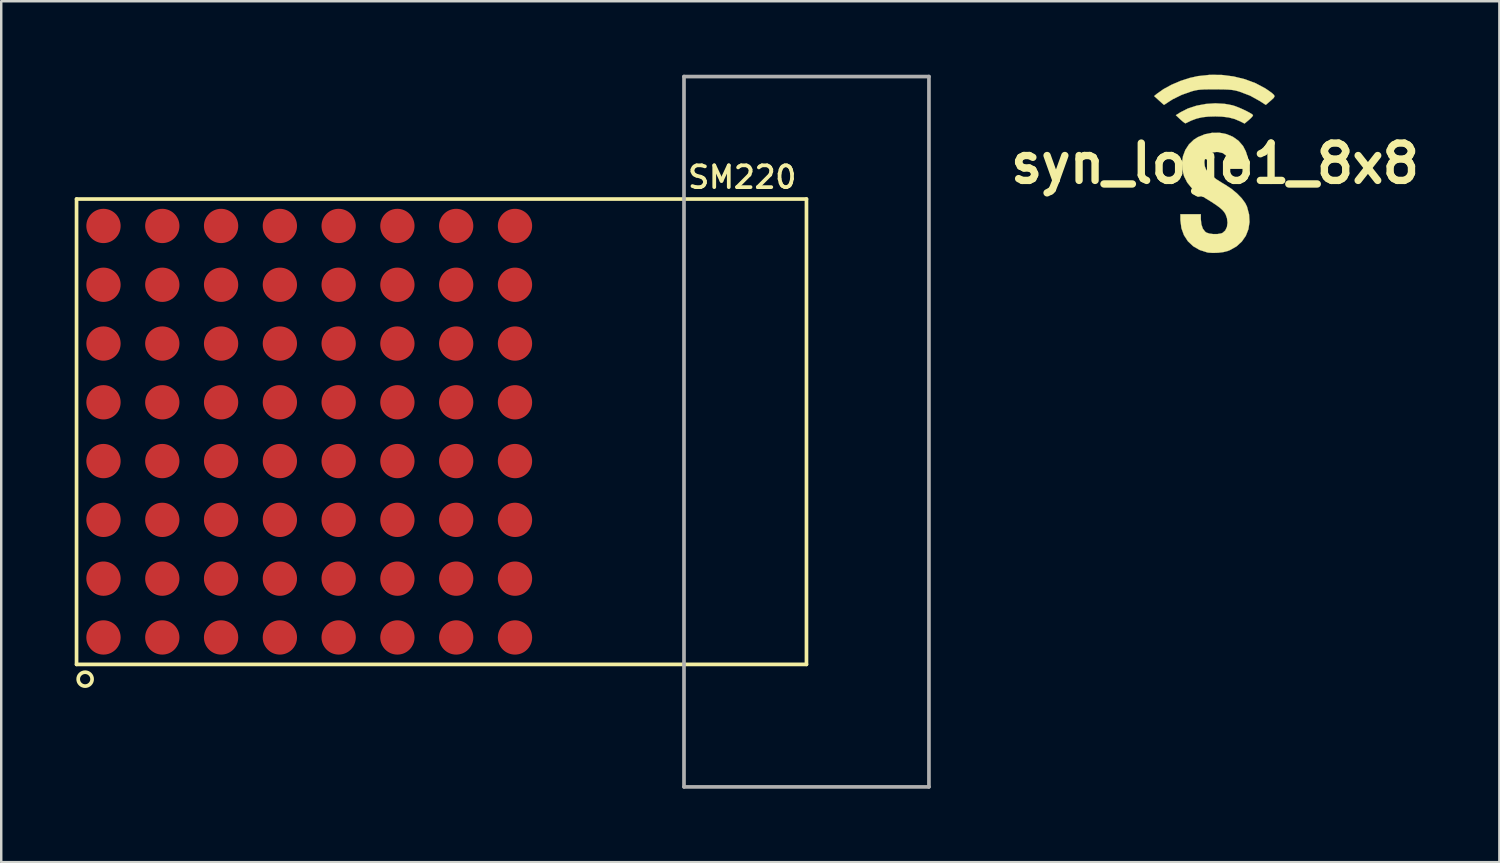
<source format=kicad_pcb>
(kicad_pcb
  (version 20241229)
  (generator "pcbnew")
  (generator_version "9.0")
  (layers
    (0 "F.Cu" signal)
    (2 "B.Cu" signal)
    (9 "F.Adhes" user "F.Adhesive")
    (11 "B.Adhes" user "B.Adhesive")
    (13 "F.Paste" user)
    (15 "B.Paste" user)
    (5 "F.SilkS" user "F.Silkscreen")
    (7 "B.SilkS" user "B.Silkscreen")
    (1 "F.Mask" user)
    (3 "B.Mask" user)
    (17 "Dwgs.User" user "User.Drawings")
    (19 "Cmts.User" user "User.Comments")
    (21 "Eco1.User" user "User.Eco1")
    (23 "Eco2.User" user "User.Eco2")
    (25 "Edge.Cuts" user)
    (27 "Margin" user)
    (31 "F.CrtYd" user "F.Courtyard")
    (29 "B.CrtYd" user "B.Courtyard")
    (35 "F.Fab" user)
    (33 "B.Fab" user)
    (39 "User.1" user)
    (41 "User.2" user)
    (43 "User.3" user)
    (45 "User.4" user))
  (footprint "syn_logo1_8x8"
    (layer "F.Cu")
    (at 46.556 3.626)
    (property "Reference" "syn_logo1_8x8" (at 0 0 0) (layer "F.SilkS") (effects (font (size 1.524 1.524) (thickness 0.3))))
    (attr through_hole)
    (fp_poly (pts (xy 0.397 -2.436) (xy 0.708 -2.378) (xy 0.828 -2.34) (xy 0.974 -2.283) (xy 1.13 -2.215) (xy 1.282 -2.142) (xy 1.412 -2.073) (xy 1.507 -2.015) (xy 1.55 -1.975) (xy 1.55 -1.973) (xy 1.531 -1.931) (xy 1.469 -1.86) (xy 1.384 -1.782) (xy 1.205 -1.632) (xy 1.026 -1.722) (xy 0.797 -1.819) (xy 0.554 -1.882) (xy 0.277 -1.915) (xy 0.012 -1.923) (xy -0.281 -1.915) (xy -0.527 -1.888) (xy -0.748 -1.837) (xy -0.969 -1.755) (xy -1.205 -1.641) (xy -1.243 -1.657) (xy -1.316 -1.713) (xy -1.41 -1.795) (xy -1.416 -1.8) (xy -1.6 -1.973) (xy -1.411 -2.092) (xy -1.106 -2.247) (xy -0.756 -2.361) (xy -0.378 -2.432) (xy 0.012 -2.458) (xy 0.397 -2.436)) (stroke (width 0.01) (type solid)) (fill yes) (layer "F.SilkS"))
    (fp_poly (pts (xy 0.274 -3.616) (xy 0.755 -3.555) (xy 1.219 -3.442) (xy 1.654 -3.279) (xy 2.049 -3.069) (xy 2.213 -2.958) (xy 2.34 -2.862) (xy 2.411 -2.794) (xy 2.428 -2.738) (xy 2.394 -2.679) (xy 2.31 -2.6) (xy 2.269 -2.564) (xy 2.072 -2.394) (xy 1.825 -2.553) (xy 1.431 -2.771) (xy 1.002 -2.934) (xy 0.907 -2.962) (xy 0.801 -2.988) (xy 0.683 -3.006) (xy 0.539 -3.018) (xy 0.355 -3.025) (xy 0.119 -3.028) (xy 0 -3.029) (xy -0.249 -3.028) (xy -0.44 -3.025) (xy -0.588 -3.017) (xy -0.708 -3.004) (xy -0.815 -2.984) (xy -0.923 -2.956) (xy -0.954 -2.948) (xy -1.361 -2.804) (xy -1.726 -2.625) (xy -1.881 -2.527) (xy -1.982 -2.459) (xy -2.055 -2.412) (xy -2.083 -2.395) (xy -2.112 -2.417) (xy -2.18 -2.477) (xy -2.273 -2.561) (xy -2.288 -2.574) (xy -2.486 -2.754) (xy -2.377 -2.844) (xy -2.103 -3.038) (xy -1.776 -3.216) (xy -1.415 -3.371) (xy -1.038 -3.493) (xy -0.692 -3.57) (xy -0.212 -3.621) (xy 0.274 -3.616)) (stroke (width 0.01) (type solid)) (fill yes) (layer "F.SilkS"))
    (fp_poly (pts (xy 0.467 -1.201) (xy 0.728 -1.092) (xy 0.955 -0.931) (xy 1.138 -0.721) (xy 1.143 -0.714) (xy 1.255 -0.499) (xy 1.336 -0.251) (xy 1.376 -0.005) (xy 1.379 0.062) (xy 1.379 0.218) (xy 0.544 0.218) (xy 0.544 0.008) (xy 0.519 -0.188) (xy 0.443 -0.333) (xy 0.316 -0.426) (xy 0.137 -0.469) (xy 0.062 -0.472) (xy -0.144 -0.45) (xy -0.293 -0.385) (xy -0.388 -0.272) (xy -0.432 -0.112) (xy -0.435 -0.037) (xy -0.42 0.107) (xy -0.369 0.24) (xy -0.277 0.37) (xy -0.138 0.503) (xy 0.056 0.645) (xy 0.309 0.804) (xy 0.399 0.856) (xy 0.659 1.026) (xy 0.892 1.217) (xy 1.087 1.417) (xy 1.233 1.616) (xy 1.304 1.76) (xy 1.389 2.079) (xy 1.407 2.388) (xy 1.362 2.681) (xy 1.257 2.949) (xy 1.093 3.185) (xy 0.876 3.383) (xy 0.608 3.535) (xy 0.508 3.574) (xy 0.338 3.616) (xy 0.13 3.642) (xy -0.085 3.649) (xy -0.273 3.637) (xy -0.32 3.628) (xy -0.63 3.529) (xy -0.894 3.376) (xy -1.109 3.173) (xy -1.27 2.925) (xy -1.373 2.639) (xy -1.414 2.318) (xy -1.415 2.277) (xy -1.415 2.068) (xy -0.581 2.068) (xy -0.581 2.267) (xy -0.559 2.482) (xy -0.499 2.658) (xy -0.404 2.783) (xy -0.349 2.821) (xy -0.226 2.861) (xy -0.067 2.881) (xy 0.1 2.879) (xy 0.245 2.855) (xy 0.306 2.832) (xy 0.416 2.734) (xy 0.485 2.591) (xy 0.509 2.418) (xy 0.487 2.231) (xy 0.432 2.078) (xy 0.377 1.987) (xy 0.299 1.896) (xy 0.19 1.799) (xy 0.04 1.689) (xy -0.158 1.559) (xy -0.373 1.427) (xy -0.546 1.317) (xy -0.715 1.198) (xy -0.861 1.086) (xy -0.95 1.006) (xy -1.137 0.773) (xy -1.266 0.516) (xy -1.336 0.245) (xy -1.35 -0.031) (xy -1.309 -0.3) (xy -1.214 -0.554) (xy -1.065 -0.782) (xy -0.865 -0.974) (xy -0.701 -1.078) (xy -0.411 -1.197) (xy -0.113 -1.255) (xy 0.183 -1.256) (xy 0.467 -1.201)) (stroke (width 0.01) (type solid)) (fill yes) (layer "F.SilkS")))
  (footprint "SM220"
    (layer "F.Cu")
    (at 9.575 14.575)
    (property "Reference" "SM220" (at 17.678 -10.389 0) (layer "F.SilkS") (effects (font (size 0.889 0.889) (thickness 0.152))))
    (attr smd)
    (fp_line (start -9.5 -9.5) (end 20.3 -9.5) (stroke (width 0.15) (type solid)) (layer "F.SilkS"))
    (fp_line (start -9.5 9.5) (end -9.5 -9.5) (stroke (width 0.15) (type solid)) (layer "F.SilkS"))
    (fp_line (start 20.3 -9.5) (end 20.3 9.5) (stroke (width 0.15) (type solid)) (layer "F.SilkS"))
    (fp_line (start 20.3 9.5) (end -9.5 9.5) (stroke (width 0.15) (type solid)) (layer "F.SilkS"))
    (fp_circle (center -9.149 10.102) (end -9.35 9.901) (stroke (width 0.15) (type solid)) (fill no) (layer "F.SilkS"))
    (fp_line (start 15.3 -14.5) (end 15.3 14.5) (stroke (width 0.15) (type solid)) (layer "F.Fab"))
    (fp_line (start 15.3 -14.5) (end 25.3 -14.5) (stroke (width 0.15) (type solid)) (layer "F.Fab"))
    (fp_line (start 15.3 14.5) (end 25.3 14.5) (stroke (width 0.15) (type solid)) (layer "F.Fab"))
    (fp_line (start 25.3 -14.5) (end 25.3 14.5) (stroke (width 0.15) (type solid)) (layer "F.Fab"))
    (pad "A1" smd circle (at -8.4 8.4) (size 1.4 1.4) (layers "F.Cu" "F.Mask" "F.Paste"))
    (pad "A2" smd circle (at -5.999 8.4) (size 1.4 1.4) (layers "F.Cu" "F.Mask" "F.Paste"))
    (pad "A3" smd circle (at -3.599 8.4) (size 1.4 1.4) (layers "F.Cu" "F.Mask" "F.Paste"))
    (pad "A4" smd circle (at -1.199 8.4) (size 1.4 1.4) (layers "F.Cu" "F.Mask" "F.Paste"))
    (pad "A5" smd circle (at 1.201 8.4) (size 1.4 1.4) (layers "F.Cu" "F.Mask" "F.Paste"))
    (pad "A6" smd circle (at 3.599 8.4) (size 1.4 1.4) (layers "F.Cu" "F.Mask" "F.Paste"))
    (pad "A7" smd circle (at 5.999 8.4) (size 1.4 1.4) (layers "F.Cu" "F.Mask" "F.Paste"))
    (pad "A8" smd circle (at 8.4 8.4) (size 1.4 1.4) (layers "F.Cu" "F.Mask" "F.Paste"))
    (pad "B1" smd circle (at -8.4 5.999) (size 1.4 1.4) (layers "F.Cu" "F.Mask" "F.Paste"))
    (pad "B2" smd circle (at -5.999 5.999) (size 1.4 1.4) (layers "F.Cu" "F.Mask" "F.Paste"))
    (pad "B3" smd circle (at -3.599 5.999) (size 1.4 1.4) (layers "F.Cu" "F.Mask" "F.Paste"))
    (pad "B4" smd circle (at -1.199 5.999) (size 1.4 1.4) (layers "F.Cu" "F.Mask" "F.Paste"))
    (pad "B5" smd circle (at 1.201 5.999) (size 1.4 1.4) (layers "F.Cu" "F.Mask" "F.Paste"))
    (pad "B6" smd circle (at 3.599 5.999) (size 1.4 1.4) (layers "F.Cu" "F.Mask" "F.Paste"))
    (pad "B7" smd circle (at 5.999 5.999) (size 1.4 1.4) (layers "F.Cu" "F.Mask" "F.Paste"))
    (pad "B8" smd circle (at 8.4 5.999) (size 1.4 1.4) (layers "F.Cu" "F.Mask" "F.Paste"))
    (pad "C1" smd circle (at -8.4 3.599) (size 1.4 1.4) (layers "F.Cu" "F.Mask" "F.Paste"))
    (pad "C2" smd circle (at -5.999 3.599) (size 1.4 1.4) (layers "F.Cu" "F.Mask" "F.Paste"))
    (pad "C3" smd circle (at -3.599 3.599) (size 1.4 1.4) (layers "F.Cu" "F.Mask" "F.Paste"))
    (pad "C4" smd circle (at -1.199 3.599) (size 1.4 1.4) (layers "F.Cu" "F.Mask" "F.Paste"))
    (pad "C5" smd circle (at 1.201 3.599) (size 1.4 1.4) (layers "F.Cu" "F.Mask" "F.Paste"))
    (pad "C6" smd circle (at 3.599 3.599) (size 1.4 1.4) (layers "F.Cu" "F.Mask" "F.Paste"))
    (pad "C7" smd circle (at 5.999 3.599) (size 1.4 1.4) (layers "F.Cu" "F.Mask" "F.Paste"))
    (pad "C8" smd circle (at 8.4 3.599) (size 1.4 1.4) (layers "F.Cu" "F.Mask" "F.Paste"))
    (pad "D1" smd circle (at -8.4 1.199) (size 1.4 1.4) (layers "F.Cu" "F.Mask" "F.Paste"))
    (pad "D2" smd circle (at -5.999 1.199) (size 1.4 1.4) (layers "F.Cu" "F.Mask" "F.Paste"))
    (pad "D3" smd circle (at -3.599 1.199) (size 1.4 1.4) (layers "F.Cu" "F.Mask" "F.Paste"))
    (pad "D4" smd circle (at -1.199 1.199) (size 1.4 1.4) (layers "F.Cu" "F.Mask" "F.Paste"))
    (pad "D5" smd circle (at 1.201 1.199) (size 1.4 1.4) (layers "F.Cu" "F.Mask" "F.Paste"))
    (pad "D6" smd circle (at 3.599 1.199) (size 1.4 1.4) (layers "F.Cu" "F.Mask" "F.Paste"))
    (pad "D7" smd circle (at 5.999 1.199) (size 1.4 1.4) (layers "F.Cu" "F.Mask" "F.Paste"))
    (pad "D8" smd circle (at 8.4 1.199) (size 1.4 1.4) (layers "F.Cu" "F.Mask" "F.Paste"))
    (pad "E1" smd circle (at -8.4 -1.201) (size 1.4 1.4) (layers "F.Cu" "F.Mask" "F.Paste"))
    (pad "E2" smd circle (at -5.999 -1.201) (size 1.4 1.4) (layers "F.Cu" "F.Mask" "F.Paste"))
    (pad "E3" smd circle (at -3.599 -1.201) (size 1.4 1.4) (layers "F.Cu" "F.Mask" "F.Paste"))
    (pad "E4" smd circle (at -1.199 -1.201) (size 1.4 1.4) (layers "F.Cu" "F.Mask" "F.Paste"))
    (pad "E5" smd circle (at 1.201 -1.201) (size 1.4 1.4) (layers "F.Cu" "F.Mask" "F.Paste"))
    (pad "E6" smd circle (at 3.599 -1.201) (size 1.4 1.4) (layers "F.Cu" "F.Mask" "F.Paste"))
    (pad "E7" smd circle (at 5.999 -1.201) (size 1.4 1.4) (layers "F.Cu" "F.Mask" "F.Paste"))
    (pad "E8" smd circle (at 8.4 -1.201) (size 1.4 1.4) (layers "F.Cu" "F.Mask" "F.Paste"))
    (pad "F1" smd circle (at -8.4 -3.599) (size 1.4 1.4) (layers "F.Cu" "F.Mask" "F.Paste"))
    (pad "F2" smd circle (at -5.999 -3.599) (size 1.4 1.4) (layers "F.Cu" "F.Mask" "F.Paste"))
    (pad "F3" smd circle (at -3.599 -3.599) (size 1.4 1.4) (layers "F.Cu" "F.Mask" "F.Paste"))
    (pad "F4" smd circle (at -1.199 -3.599) (size 1.4 1.4) (layers "F.Cu" "F.Mask" "F.Paste"))
    (pad "F5" smd circle (at 1.201 -3.599) (size 1.4 1.4) (layers "F.Cu" "F.Mask" "F.Paste"))
    (pad "F6" smd circle (at 3.599 -3.599) (size 1.4 1.4) (layers "F.Cu" "F.Mask" "F.Paste"))
    (pad "F7" smd circle (at 5.999 -3.599) (size 1.4 1.4) (layers "F.Cu" "F.Mask" "F.Paste"))
    (pad "F8" smd circle (at 8.4 -3.599) (size 1.4 1.4) (layers "F.Cu" "F.Mask" "F.Paste"))
    (pad "G1" smd circle (at -8.4 -5.999) (size 1.4 1.4) (layers "F.Cu" "F.Mask" "F.Paste"))
    (pad "G2" smd circle (at -5.999 -5.999) (size 1.4 1.4) (layers "F.Cu" "F.Mask" "F.Paste"))
    (pad "G3" smd circle (at -3.599 -5.999) (size 1.4 1.4) (layers "F.Cu" "F.Mask" "F.Paste"))
    (pad "G4" smd circle (at -1.199 -5.999) (size 1.4 1.4) (layers "F.Cu" "F.Mask" "F.Paste"))
    (pad "G5" smd circle (at 1.201 -5.999) (size 1.4 1.4) (layers "F.Cu" "F.Mask" "F.Paste"))
    (pad "G6" smd circle (at 3.599 -5.999) (size 1.4 1.4) (layers "F.Cu" "F.Mask" "F.Paste"))
    (pad "G7" smd circle (at 5.999 -5.999) (size 1.4 1.4) (layers "F.Cu" "F.Mask" "F.Paste"))
    (pad "G8" smd circle (at 8.4 -5.999) (size 1.4 1.4) (layers "F.Cu" "F.Mask" "F.Paste"))
    (pad "H1" smd circle (at -8.4 -8.4) (size 1.4 1.4) (layers "F.Cu" "F.Mask" "F.Paste"))
    (pad "H2" smd circle (at -5.999 -8.4) (size 1.4 1.4) (layers "F.Cu" "F.Mask" "F.Paste"))
    (pad "H3" smd circle (at -3.599 -8.4) (size 1.4 1.4) (layers "F.Cu" "F.Mask" "F.Paste"))
    (pad "H4" smd circle (at -1.199 -8.4) (size 1.4 1.4) (layers "F.Cu" "F.Mask" "F.Paste"))
    (pad "H5" smd circle (at 1.201 -8.4) (size 1.4 1.4) (layers "F.Cu" "F.Mask" "F.Paste"))
    (pad "H6" smd circle (at 3.599 -8.4) (size 1.4 1.4) (layers "F.Cu" "F.Mask" "F.Paste"))
    (pad "H7" smd circle (at 5.999 -8.4) (size 1.4 1.4) (layers "F.Cu" "F.Mask" "F.Paste"))
    (pad "H8" smd circle (at 8.4 -8.4) (size 1.4 1.4) (layers "F.Cu" "F.Mask" "F.Paste")))
  (gr_rect
    (start -3 -3)
    (end 58.164 32.15)
    (stroke (width 0.1) (type default))
    (fill no)
    (layer "Edge.Cuts")))
</source>
